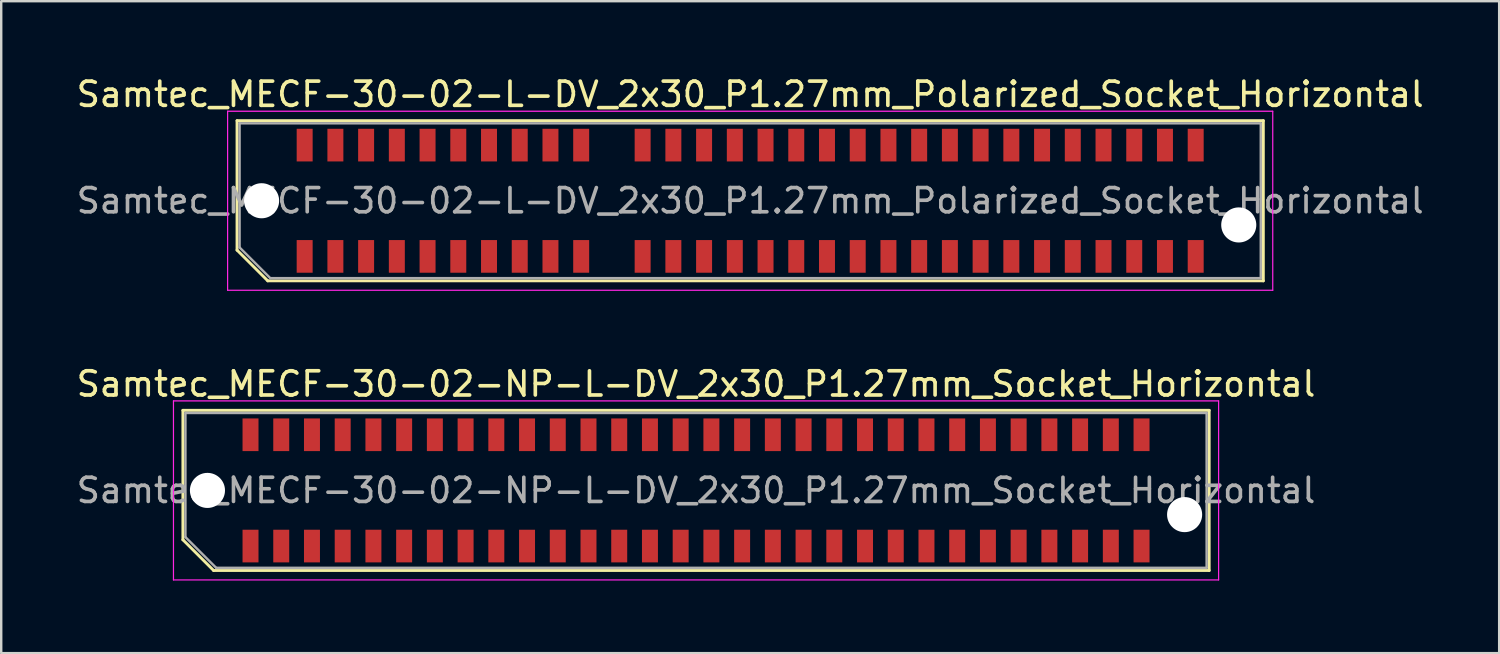
<source format=kicad_pcb>
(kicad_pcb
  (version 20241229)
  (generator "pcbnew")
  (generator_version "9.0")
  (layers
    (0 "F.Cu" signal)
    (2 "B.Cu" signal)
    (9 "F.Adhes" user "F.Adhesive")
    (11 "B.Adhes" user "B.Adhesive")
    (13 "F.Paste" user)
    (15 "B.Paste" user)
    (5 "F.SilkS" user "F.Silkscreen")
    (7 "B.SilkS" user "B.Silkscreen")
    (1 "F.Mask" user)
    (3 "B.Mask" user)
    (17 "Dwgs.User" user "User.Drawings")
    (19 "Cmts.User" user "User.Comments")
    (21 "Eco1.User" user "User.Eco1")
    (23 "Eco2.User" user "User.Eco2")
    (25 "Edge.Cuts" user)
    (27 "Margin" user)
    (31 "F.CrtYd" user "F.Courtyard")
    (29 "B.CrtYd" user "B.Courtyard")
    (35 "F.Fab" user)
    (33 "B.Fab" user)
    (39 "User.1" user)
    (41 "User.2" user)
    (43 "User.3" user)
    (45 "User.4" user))
  (footprint "Samtec_MECF-30-02-L-DV_2x30_P1.27mm_Polarized_Socket_Horizontal"
    (layer "F.Cu")
    (at 27.958 5.248)
    (property "Reference" "Samtec_MECF-30-02-L-DV_2x30_P1.27mm_Polarized_Socket_Horizontal" (at 0 -4.4 0) (layer "F.SilkS") (effects (font (size 1 1) (thickness 0.15))))
    (attr smd)
    (fp_line (start -21.21 -3.31) (end 21.21 -3.31) (stroke (width 0.12) (type solid)) (layer "F.SilkS"))
    (fp_line (start -21.21 2.04) (end -21.21 -3.31) (stroke (width 0.12) (type solid)) (layer "F.SilkS"))
    (fp_line (start -19.94 3.31) (end -21.21 2.04) (stroke (width 0.12) (type solid)) (layer "F.SilkS"))
    (fp_line (start -19.94 3.31) (end 21.21 3.31) (stroke (width 0.12) (type solid)) (layer "F.SilkS"))
    (fp_line (start 21.21 3.31) (end 21.21 -3.31) (stroke (width 0.12) (type solid)) (layer "F.SilkS"))
    (fp_line (start -21.6 -3.7) (end -21.6 3.7) (stroke (width 0.05) (type solid)) (layer "F.CrtYd"))
    (fp_line (start -21.6 3.7) (end 21.6 3.7) (stroke (width 0.05) (type solid)) (layer "F.CrtYd"))
    (fp_line (start 21.6 -3.7) (end -21.6 -3.7) (stroke (width 0.05) (type solid)) (layer "F.CrtYd"))
    (fp_line (start 21.6 3.7) (end 21.6 -3.7) (stroke (width 0.05) (type solid)) (layer "F.CrtYd"))
    (fp_line (start -21.105 -3.2) (end 21.105 -3.2) (stroke (width 0.1) (type solid)) (layer "F.Fab"))
    (fp_line (start -21.105 1.93) (end -21.105 -3.2) (stroke (width 0.1) (type solid)) (layer "F.Fab"))
    (fp_line (start -21.105 1.93) (end -19.835 3.2) (stroke (width 0.1) (type solid)) (layer "F.Fab"))
    (fp_line (start -19.835 3.2) (end 21.105 3.2) (stroke (width 0.1) (type solid)) (layer "F.Fab"))
    (fp_line (start 21.105 3.2) (end 21.105 -3.2) (stroke (width 0.1) (type solid)) (layer "F.Fab"))
    (fp_text user "${REFERENCE}" (at 0 0 0) (layer "F.Fab") (effects (font (size 1 1) (thickness 0.15))))
    (pad "" np_thru_hole circle (at -20.195 0) (size 1.45 1.45) (drill 1.45) (layers "*.Cu" "*.Mask"))
    (pad "" np_thru_hole circle (at 20.195 1) (size 1.45 1.45) (drill 1.45) (layers "*.Cu" "*.Mask"))
    (pad "1" smd rect (at -18.415 2.3) (size 0.66 1.35) (layers "F.Cu" "F.Mask" "F.Paste"))
    (pad "2" smd rect (at -18.415 -2.3) (size 0.66 1.35) (layers "F.Cu" "F.Mask" "F.Paste"))
    (pad "3" smd rect (at -17.145 2.3) (size 0.66 1.35) (layers "F.Cu" "F.Mask" "F.Paste"))
    (pad "4" smd rect (at -17.145 -2.3) (size 0.66 1.35) (layers "F.Cu" "F.Mask" "F.Paste"))
    (pad "5" smd rect (at -15.875 2.3) (size 0.66 1.35) (layers "F.Cu" "F.Mask" "F.Paste"))
    (pad "6" smd rect (at -15.875 -2.3) (size 0.66 1.35) (layers "F.Cu" "F.Mask" "F.Paste"))
    (pad "7" smd rect (at -14.605 2.3) (size 0.66 1.35) (layers "F.Cu" "F.Mask" "F.Paste"))
    (pad "8" smd rect (at -14.605 -2.3) (size 0.66 1.35) (layers "F.Cu" "F.Mask" "F.Paste"))
    (pad "9" smd rect (at -13.335 2.3) (size 0.66 1.35) (layers "F.Cu" "F.Mask" "F.Paste"))
    (pad "10" smd rect (at -13.335 -2.3) (size 0.66 1.35) (layers "F.Cu" "F.Mask" "F.Paste"))
    (pad "11" smd rect (at -12.065 2.3) (size 0.66 1.35) (layers "F.Cu" "F.Mask" "F.Paste"))
    (pad "12" smd rect (at -12.065 -2.3) (size 0.66 1.35) (layers "F.Cu" "F.Mask" "F.Paste"))
    (pad "13" smd rect (at -10.795 2.3) (size 0.66 1.35) (layers "F.Cu" "F.Mask" "F.Paste"))
    (pad "14" smd rect (at -10.795 -2.3) (size 0.66 1.35) (layers "F.Cu" "F.Mask" "F.Paste"))
    (pad "15" smd rect (at -9.525 2.3) (size 0.66 1.35) (layers "F.Cu" "F.Mask" "F.Paste"))
    (pad "16" smd rect (at -9.525 -2.3) (size 0.66 1.35) (layers "F.Cu" "F.Mask" "F.Paste"))
    (pad "17" smd rect (at -8.255 2.3) (size 0.66 1.35) (layers "F.Cu" "F.Mask" "F.Paste"))
    (pad "18" smd rect (at -8.255 -2.3) (size 0.66 1.35) (layers "F.Cu" "F.Mask" "F.Paste"))
    (pad "19" smd rect (at -6.985 2.3) (size 0.66 1.35) (layers "F.Cu" "F.Mask" "F.Paste"))
    (pad "20" smd rect (at -6.985 -2.3) (size 0.66 1.35) (layers "F.Cu" "F.Mask" "F.Paste"))
    (pad "23" smd rect (at -4.445 2.3) (size 0.66 1.35) (layers "F.Cu" "F.Mask" "F.Paste"))
    (pad "24" smd rect (at -4.445 -2.3) (size 0.66 1.35) (layers "F.Cu" "F.Mask" "F.Paste"))
    (pad "25" smd rect (at -3.175 2.3) (size 0.66 1.35) (layers "F.Cu" "F.Mask" "F.Paste"))
    (pad "26" smd rect (at -3.175 -2.3) (size 0.66 1.35) (layers "F.Cu" "F.Mask" "F.Paste"))
    (pad "27" smd rect (at -1.905 2.3) (size 0.66 1.35) (layers "F.Cu" "F.Mask" "F.Paste"))
    (pad "28" smd rect (at -1.905 -2.3) (size 0.66 1.35) (layers "F.Cu" "F.Mask" "F.Paste"))
    (pad "29" smd rect (at -0.635 2.3) (size 0.66 1.35) (layers "F.Cu" "F.Mask" "F.Paste"))
    (pad "30" smd rect (at -0.635 -2.3) (size 0.66 1.35) (layers "F.Cu" "F.Mask" "F.Paste"))
    (pad "31" smd rect (at 0.635 2.3) (size 0.66 1.35) (layers "F.Cu" "F.Mask" "F.Paste"))
    (pad "32" smd rect (at 0.635 -2.3) (size 0.66 1.35) (layers "F.Cu" "F.Mask" "F.Paste"))
    (pad "33" smd rect (at 1.905 2.3) (size 0.66 1.35) (layers "F.Cu" "F.Mask" "F.Paste"))
    (pad "34" smd rect (at 1.905 -2.3) (size 0.66 1.35) (layers "F.Cu" "F.Mask" "F.Paste"))
    (pad "35" smd rect (at 3.175 2.3) (size 0.66 1.35) (layers "F.Cu" "F.Mask" "F.Paste"))
    (pad "36" smd rect (at 3.175 -2.3) (size 0.66 1.35) (layers "F.Cu" "F.Mask" "F.Paste"))
    (pad "37" smd rect (at 4.445 2.3) (size 0.66 1.35) (layers "F.Cu" "F.Mask" "F.Paste"))
    (pad "38" smd rect (at 4.445 -2.3) (size 0.66 1.35) (layers "F.Cu" "F.Mask" "F.Paste"))
    (pad "39" smd rect (at 5.715 2.3) (size 0.66 1.35) (layers "F.Cu" "F.Mask" "F.Paste"))
    (pad "40" smd rect (at 5.715 -2.3) (size 0.66 1.35) (layers "F.Cu" "F.Mask" "F.Paste"))
    (pad "41" smd rect (at 6.985 2.3) (size 0.66 1.35) (layers "F.Cu" "F.Mask" "F.Paste"))
    (pad "42" smd rect (at 6.985 -2.3) (size 0.66 1.35) (layers "F.Cu" "F.Mask" "F.Paste"))
    (pad "43" smd rect (at 8.255 2.3) (size 0.66 1.35) (layers "F.Cu" "F.Mask" "F.Paste"))
    (pad "44" smd rect (at 8.255 -2.3) (size 0.66 1.35) (layers "F.Cu" "F.Mask" "F.Paste"))
    (pad "45" smd rect (at 9.525 2.3) (size 0.66 1.35) (layers "F.Cu" "F.Mask" "F.Paste"))
    (pad "46" smd rect (at 9.525 -2.3) (size 0.66 1.35) (layers "F.Cu" "F.Mask" "F.Paste"))
    (pad "47" smd rect (at 10.795 2.3) (size 0.66 1.35) (layers "F.Cu" "F.Mask" "F.Paste"))
    (pad "48" smd rect (at 10.795 -2.3) (size 0.66 1.35) (layers "F.Cu" "F.Mask" "F.Paste"))
    (pad "49" smd rect (at 12.065 2.3) (size 0.66 1.35) (layers "F.Cu" "F.Mask" "F.Paste"))
    (pad "50" smd rect (at 12.065 -2.3) (size 0.66 1.35) (layers "F.Cu" "F.Mask" "F.Paste"))
    (pad "51" smd rect (at 13.335 2.3) (size 0.66 1.35) (layers "F.Cu" "F.Mask" "F.Paste"))
    (pad "52" smd rect (at 13.335 -2.3) (size 0.66 1.35) (layers "F.Cu" "F.Mask" "F.Paste"))
    (pad "53" smd rect (at 14.605 2.3) (size 0.66 1.35) (layers "F.Cu" "F.Mask" "F.Paste"))
    (pad "54" smd rect (at 14.605 -2.3) (size 0.66 1.35) (layers "F.Cu" "F.Mask" "F.Paste"))
    (pad "55" smd rect (at 15.875 2.3) (size 0.66 1.35) (layers "F.Cu" "F.Mask" "F.Paste"))
    (pad "56" smd rect (at 15.875 -2.3) (size 0.66 1.35) (layers "F.Cu" "F.Mask" "F.Paste"))
    (pad "57" smd rect (at 17.145 2.3) (size 0.66 1.35) (layers "F.Cu" "F.Mask" "F.Paste"))
    (pad "58" smd rect (at 17.145 -2.3) (size 0.66 1.35) (layers "F.Cu" "F.Mask" "F.Paste"))
    (pad "59" smd rect (at 18.415 2.3) (size 0.66 1.35) (layers "F.Cu" "F.Mask" "F.Paste"))
    (pad "60" smd rect (at 18.415 -2.3) (size 0.66 1.35) (layers "F.Cu" "F.Mask" "F.Paste")))
  (footprint "Samtec_MECF-30-02-NP-L-DV_2x30_P1.27mm_Socket_Horizontal"
    (layer "F.Cu")
    (at 25.72 17.221)
    (property "Reference" "Samtec_MECF-30-02-NP-L-DV_2x30_P1.27mm_Socket_Horizontal" (at 0 -4.4 0) (layer "F.SilkS") (effects (font (size 1 1) (thickness 0.15))))
    (attr smd)
    (fp_line (start -21.21 -3.31) (end 21.21 -3.31) (stroke (width 0.12) (type solid)) (layer "F.SilkS"))
    (fp_line (start -21.21 2.04) (end -21.21 -3.31) (stroke (width 0.12) (type solid)) (layer "F.SilkS"))
    (fp_line (start -19.94 3.31) (end -21.21 2.04) (stroke (width 0.12) (type solid)) (layer "F.SilkS"))
    (fp_line (start -19.94 3.31) (end 21.21 3.31) (stroke (width 0.12) (type solid)) (layer "F.SilkS"))
    (fp_line (start 21.21 3.31) (end 21.21 -3.31) (stroke (width 0.12) (type solid)) (layer "F.SilkS"))
    (fp_line (start -21.6 -3.7) (end -21.6 3.7) (stroke (width 0.05) (type solid)) (layer "F.CrtYd"))
    (fp_line (start -21.6 3.7) (end 21.6 3.7) (stroke (width 0.05) (type solid)) (layer "F.CrtYd"))
    (fp_line (start 21.6 -3.7) (end -21.6 -3.7) (stroke (width 0.05) (type solid)) (layer "F.CrtYd"))
    (fp_line (start 21.6 3.7) (end 21.6 -3.7) (stroke (width 0.05) (type solid)) (layer "F.CrtYd"))
    (fp_line (start -21.105 -3.2) (end 21.105 -3.2) (stroke (width 0.1) (type solid)) (layer "F.Fab"))
    (fp_line (start -21.105 1.93) (end -21.105 -3.2) (stroke (width 0.1) (type solid)) (layer "F.Fab"))
    (fp_line (start -21.105 1.93) (end -19.835 3.2) (stroke (width 0.1) (type solid)) (layer "F.Fab"))
    (fp_line (start -19.835 3.2) (end 21.105 3.2) (stroke (width 0.1) (type solid)) (layer "F.Fab"))
    (fp_line (start 21.105 3.2) (end 21.105 -3.2) (stroke (width 0.1) (type solid)) (layer "F.Fab"))
    (fp_text user "${REFERENCE}" (at 0 0 0) (layer "F.Fab") (effects (font (size 1 1) (thickness 0.15))))
    (pad "" np_thru_hole circle (at -20.195 0) (size 1.45 1.45) (drill 1.45) (layers "*.Cu" "*.Mask"))
    (pad "" np_thru_hole circle (at 20.195 1) (size 1.45 1.45) (drill 1.45) (layers "*.Cu" "*.Mask"))
    (pad "1" smd rect (at -18.415 2.3) (size 0.66 1.35) (layers "F.Cu" "F.Mask" "F.Paste"))
    (pad "2" smd rect (at -18.415 -2.3) (size 0.66 1.35) (layers "F.Cu" "F.Mask" "F.Paste"))
    (pad "3" smd rect (at -17.145 2.3) (size 0.66 1.35) (layers "F.Cu" "F.Mask" "F.Paste"))
    (pad "4" smd rect (at -17.145 -2.3) (size 0.66 1.35) (layers "F.Cu" "F.Mask" "F.Paste"))
    (pad "5" smd rect (at -15.875 2.3) (size 0.66 1.35) (layers "F.Cu" "F.Mask" "F.Paste"))
    (pad "6" smd rect (at -15.875 -2.3) (size 0.66 1.35) (layers "F.Cu" "F.Mask" "F.Paste"))
    (pad "7" smd rect (at -14.605 2.3) (size 0.66 1.35) (layers "F.Cu" "F.Mask" "F.Paste"))
    (pad "8" smd rect (at -14.605 -2.3) (size 0.66 1.35) (layers "F.Cu" "F.Mask" "F.Paste"))
    (pad "9" smd rect (at -13.335 2.3) (size 0.66 1.35) (layers "F.Cu" "F.Mask" "F.Paste"))
    (pad "10" smd rect (at -13.335 -2.3) (size 0.66 1.35) (layers "F.Cu" "F.Mask" "F.Paste"))
    (pad "11" smd rect (at -12.065 2.3) (size 0.66 1.35) (layers "F.Cu" "F.Mask" "F.Paste"))
    (pad "12" smd rect (at -12.065 -2.3) (size 0.66 1.35) (layers "F.Cu" "F.Mask" "F.Paste"))
    (pad "13" smd rect (at -10.795 2.3) (size 0.66 1.35) (layers "F.Cu" "F.Mask" "F.Paste"))
    (pad "14" smd rect (at -10.795 -2.3) (size 0.66 1.35) (layers "F.Cu" "F.Mask" "F.Paste"))
    (pad "15" smd rect (at -9.525 2.3) (size 0.66 1.35) (layers "F.Cu" "F.Mask" "F.Paste"))
    (pad "16" smd rect (at -9.525 -2.3) (size 0.66 1.35) (layers "F.Cu" "F.Mask" "F.Paste"))
    (pad "17" smd rect (at -8.255 2.3) (size 0.66 1.35) (layers "F.Cu" "F.Mask" "F.Paste"))
    (pad "18" smd rect (at -8.255 -2.3) (size 0.66 1.35) (layers "F.Cu" "F.Mask" "F.Paste"))
    (pad "19" smd rect (at -6.985 2.3) (size 0.66 1.35) (layers "F.Cu" "F.Mask" "F.Paste"))
    (pad "20" smd rect (at -6.985 -2.3) (size 0.66 1.35) (layers "F.Cu" "F.Mask" "F.Paste"))
    (pad "21" smd rect (at -5.715 2.3) (size 0.66 1.35) (layers "F.Cu" "F.Mask" "F.Paste"))
    (pad "22" smd rect (at -5.715 -2.3) (size 0.66 1.35) (layers "F.Cu" "F.Mask" "F.Paste"))
    (pad "23" smd rect (at -4.445 2.3) (size 0.66 1.35) (layers "F.Cu" "F.Mask" "F.Paste"))
    (pad "24" smd rect (at -4.445 -2.3) (size 0.66 1.35) (layers "F.Cu" "F.Mask" "F.Paste"))
    (pad "25" smd rect (at -3.175 2.3) (size 0.66 1.35) (layers "F.Cu" "F.Mask" "F.Paste"))
    (pad "26" smd rect (at -3.175 -2.3) (size 0.66 1.35) (layers "F.Cu" "F.Mask" "F.Paste"))
    (pad "27" smd rect (at -1.905 2.3) (size 0.66 1.35) (layers "F.Cu" "F.Mask" "F.Paste"))
    (pad "28" smd rect (at -1.905 -2.3) (size 0.66 1.35) (layers "F.Cu" "F.Mask" "F.Paste"))
    (pad "29" smd rect (at -0.635 2.3) (size 0.66 1.35) (layers "F.Cu" "F.Mask" "F.Paste"))
    (pad "30" smd rect (at -0.635 -2.3) (size 0.66 1.35) (layers "F.Cu" "F.Mask" "F.Paste"))
    (pad "31" smd rect (at 0.635 2.3) (size 0.66 1.35) (layers "F.Cu" "F.Mask" "F.Paste"))
    (pad "32" smd rect (at 0.635 -2.3) (size 0.66 1.35) (layers "F.Cu" "F.Mask" "F.Paste"))
    (pad "33" smd rect (at 1.905 2.3) (size 0.66 1.35) (layers "F.Cu" "F.Mask" "F.Paste"))
    (pad "34" smd rect (at 1.905 -2.3) (size 0.66 1.35) (layers "F.Cu" "F.Mask" "F.Paste"))
    (pad "35" smd rect (at 3.175 2.3) (size 0.66 1.35) (layers "F.Cu" "F.Mask" "F.Paste"))
    (pad "36" smd rect (at 3.175 -2.3) (size 0.66 1.35) (layers "F.Cu" "F.Mask" "F.Paste"))
    (pad "37" smd rect (at 4.445 2.3) (size 0.66 1.35) (layers "F.Cu" "F.Mask" "F.Paste"))
    (pad "38" smd rect (at 4.445 -2.3) (size 0.66 1.35) (layers "F.Cu" "F.Mask" "F.Paste"))
    (pad "39" smd rect (at 5.715 2.3) (size 0.66 1.35) (layers "F.Cu" "F.Mask" "F.Paste"))
    (pad "40" smd rect (at 5.715 -2.3) (size 0.66 1.35) (layers "F.Cu" "F.Mask" "F.Paste"))
    (pad "41" smd rect (at 6.985 2.3) (size 0.66 1.35) (layers "F.Cu" "F.Mask" "F.Paste"))
    (pad "42" smd rect (at 6.985 -2.3) (size 0.66 1.35) (layers "F.Cu" "F.Mask" "F.Paste"))
    (pad "43" smd rect (at 8.255 2.3) (size 0.66 1.35) (layers "F.Cu" "F.Mask" "F.Paste"))
    (pad "44" smd rect (at 8.255 -2.3) (size 0.66 1.35) (layers "F.Cu" "F.Mask" "F.Paste"))
    (pad "45" smd rect (at 9.525 2.3) (size 0.66 1.35) (layers "F.Cu" "F.Mask" "F.Paste"))
    (pad "46" smd rect (at 9.525 -2.3) (size 0.66 1.35) (layers "F.Cu" "F.Mask" "F.Paste"))
    (pad "47" smd rect (at 10.795 2.3) (size 0.66 1.35) (layers "F.Cu" "F.Mask" "F.Paste"))
    (pad "48" smd rect (at 10.795 -2.3) (size 0.66 1.35) (layers "F.Cu" "F.Mask" "F.Paste"))
    (pad "49" smd rect (at 12.065 2.3) (size 0.66 1.35) (layers "F.Cu" "F.Mask" "F.Paste"))
    (pad "50" smd rect (at 12.065 -2.3) (size 0.66 1.35) (layers "F.Cu" "F.Mask" "F.Paste"))
    (pad "51" smd rect (at 13.335 2.3) (size 0.66 1.35) (layers "F.Cu" "F.Mask" "F.Paste"))
    (pad "52" smd rect (at 13.335 -2.3) (size 0.66 1.35) (layers "F.Cu" "F.Mask" "F.Paste"))
    (pad "53" smd rect (at 14.605 2.3) (size 0.66 1.35) (layers "F.Cu" "F.Mask" "F.Paste"))
    (pad "54" smd rect (at 14.605 -2.3) (size 0.66 1.35) (layers "F.Cu" "F.Mask" "F.Paste"))
    (pad "55" smd rect (at 15.875 2.3) (size 0.66 1.35) (layers "F.Cu" "F.Mask" "F.Paste"))
    (pad "56" smd rect (at 15.875 -2.3) (size 0.66 1.35) (layers "F.Cu" "F.Mask" "F.Paste"))
    (pad "57" smd rect (at 17.145 2.3) (size 0.66 1.35) (layers "F.Cu" "F.Mask" "F.Paste"))
    (pad "58" smd rect (at 17.145 -2.3) (size 0.66 1.35) (layers "F.Cu" "F.Mask" "F.Paste"))
    (pad "59" smd rect (at 18.415 2.3) (size 0.66 1.35) (layers "F.Cu" "F.Mask" "F.Paste"))
    (pad "60" smd rect (at 18.415 -2.3) (size 0.66 1.35) (layers "F.Cu" "F.Mask" "F.Paste")))
  (gr_rect
    (start -3 -3)
    (end 58.917 23.947)
    (stroke (width 0.1) (type default))
    (fill no)
    (layer "Edge.Cuts")))
</source>
